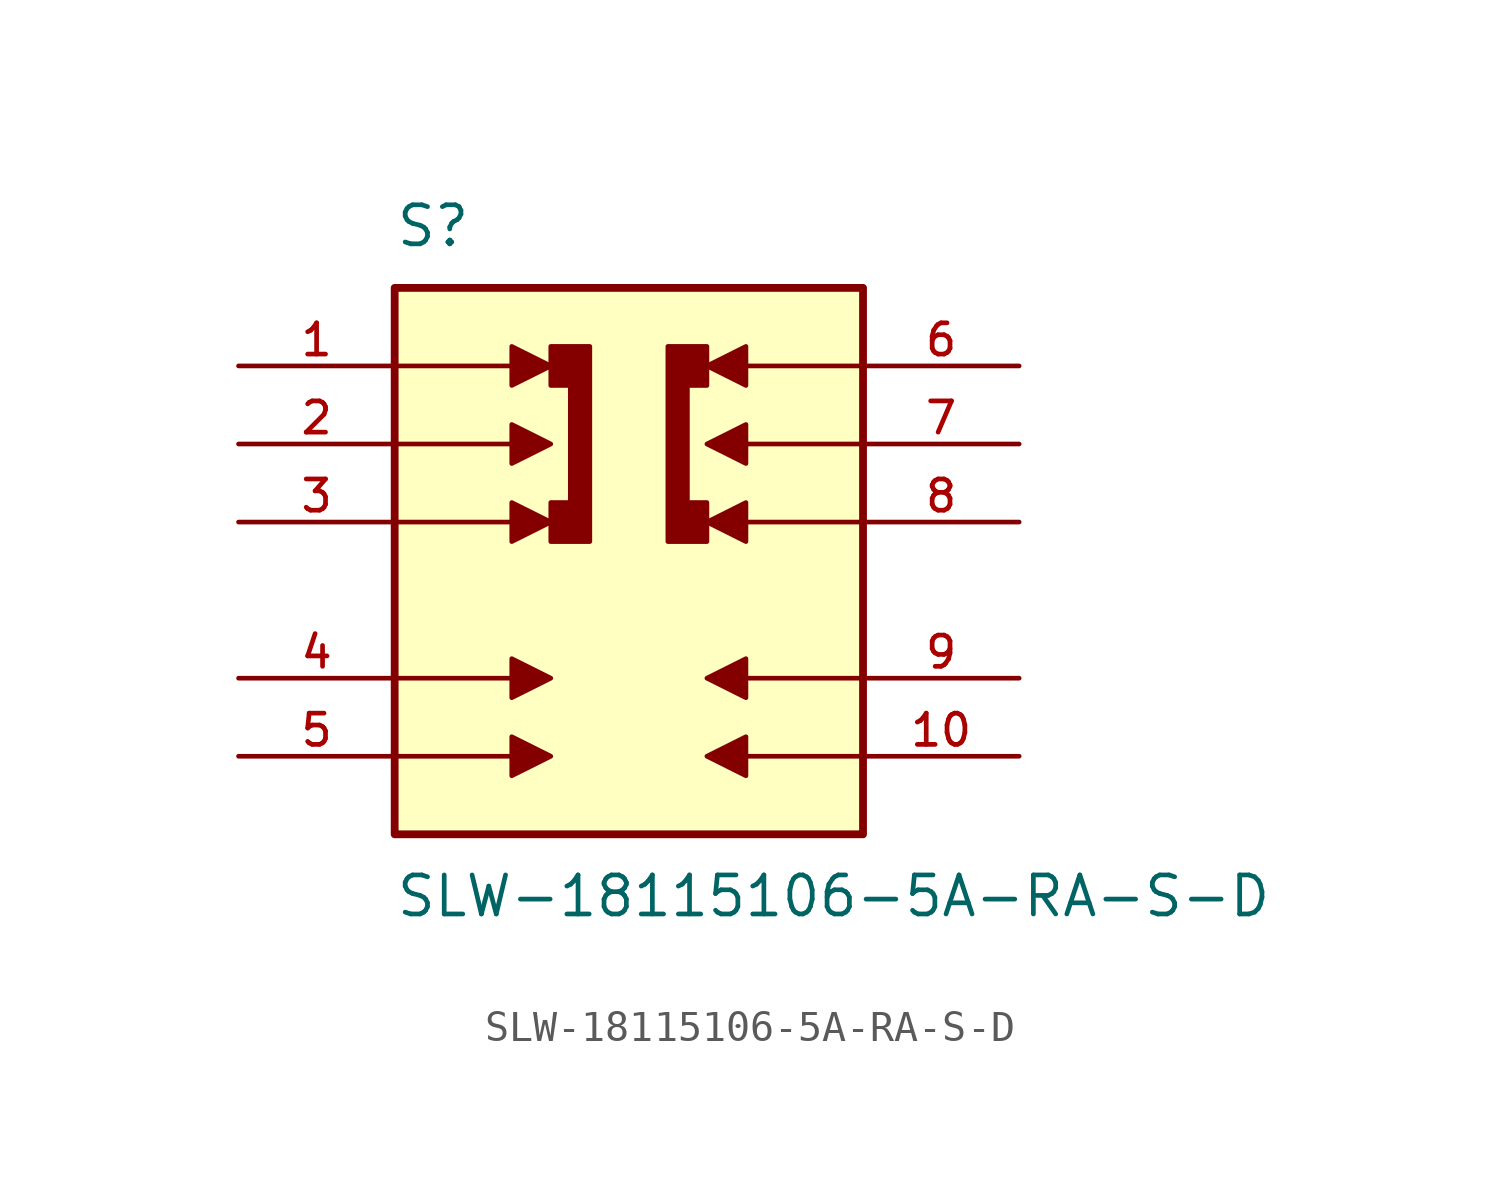
<source format=kicad_sym>
(kicad_symbol_lib
  (version 20211014)
  (generator kicad_symbol_editor)
  (symbol "SLW-18115106-5A-RA-S-D"
    (pin_names
      (offset 1.016))
    (property "Reference" "S"
      (at -7.62 8.89 0)
      (effects (font (size 1.27 1.27)) (justify bottom left)))
    (property "Value" "SLW-18115106-5A-RA-S-D"
      (at -7.62 -11.43 0)
      (effects (font (size 1.27 1.27)) (justify top left)))
    (symbol "SLW-18115106-5A-RA-S-D_0_0"
      (polyline (pts (xy -7.62 5.08) (xy -3.81 5.08)) (stroke (width 0.152)))
      (polyline (pts (xy -3.81 5.715) (xy -3.81 4.445) (xy -2.54 5.08) (xy -3.81 5.715)) (stroke (width 0.152)) (fill (type outline)))
      (polyline (pts (xy -7.62 2.54) (xy -3.81 2.54)) (stroke (width 0.152)))
      (polyline (pts (xy -3.81 3.175) (xy -3.81 1.905) (xy -2.54 2.54) (xy -3.81 3.175)) (stroke (width 0.152)) (fill (type outline)))
      (polyline (pts (xy -7.62 0.0) (xy -3.81 0.0)) (stroke (width 0.152)))
      (polyline (pts (xy -3.81 0.635) (xy -3.81 -0.635) (xy -2.54 0.0) (xy -3.81 0.635)) (stroke (width 0.152)) (fill (type outline)))
      (polyline (pts (xy -7.62 -5.08) (xy -3.81 -5.08)) (stroke (width 0.152)))
      (polyline (pts (xy -3.81 -4.445) (xy -3.81 -5.715) (xy -2.54 -5.08) (xy -3.81 -4.445)) (stroke (width 0.152)) (fill (type outline)))
      (polyline (pts (xy 7.62 5.08) (xy 3.81 5.08)) (stroke (width 0.152)))
      (polyline (pts (xy 3.81 4.445) (xy 3.81 5.715) (xy 2.54 5.08) (xy 3.81 4.445)) (stroke (width 0.152)) (fill (type outline)))
      (polyline (pts (xy 7.62 2.54) (xy 3.81 2.54)) (stroke (width 0.152)))
      (polyline (pts (xy 3.81 1.905) (xy 3.81 3.175) (xy 2.54 2.54) (xy 3.81 1.905)) (stroke (width 0.152)) (fill (type outline)))
      (polyline (pts (xy 7.62 0.0) (xy 3.81 0.0)) (stroke (width 0.152)))
      (polyline (pts (xy 3.81 -0.635) (xy 3.81 0.635) (xy 2.54 0.0) (xy 3.81 -0.635)) (stroke (width 0.152)) (fill (type outline)))
      (polyline (pts (xy 7.62 -5.08) (xy 3.81 -5.08)) (stroke (width 0.152)))
      (polyline (pts (xy 3.81 -5.715) (xy 3.81 -4.445) (xy 2.54 -5.08) (xy 3.81 -5.715)) (stroke (width 0.152)) (fill (type outline)))
      (polyline (pts (xy -2.54 4.445) (xy -2.54 5.715) (xy -1.27 5.715) (xy -1.27 -0.635) (xy -2.54 -0.635) (xy -2.54 0.635) (xy -1.905 0.635) (xy -1.905 4.445) (xy -2.54 4.445)) (stroke (width 0.152)) (fill (type outline)))
      (polyline (pts (xy 2.54 0.635) (xy 2.54 -0.635) (xy 1.27 -0.635) (xy 1.27 5.715) (xy 2.54 5.715) (xy 2.54 4.445) (xy 1.905 4.445) (xy 1.905 0.635) (xy 2.54 0.635)) (stroke (width 0.152)) (fill (type outline)))
      (polyline (pts (xy -7.62 -7.62) (xy -3.81 -7.62)) (stroke (width 0.152)))
      (polyline (pts (xy -3.81 -6.985) (xy -3.81 -8.255) (xy -2.54 -7.62) (xy -3.81 -6.985)) (stroke (width 0.152)) (fill (type outline)))
      (polyline (pts (xy 7.62 -7.62) (xy 3.81 -7.62)) (stroke (width 0.152)))
      (polyline (pts (xy 3.81 -8.255) (xy 3.81 -6.985) (xy 2.54 -7.62) (xy 3.81 -8.255)) (stroke (width 0.152)) (fill (type outline)))
      (rectangle (start -7.62 -10.16) (end 7.62 7.62) (stroke (width 0.254)) (fill (type background)))
      (pin passive line (at -12.7 5.08 0) (length 5.08) (name "~" (effects (font (size 1.016 1.016)))) (number "1" (effects (font (size 1.016 1.016)))))
      (pin passive line (at -12.7 2.54 0) (length 5.08) (name "~" (effects (font (size 1.016 1.016)))) (number "2" (effects (font (size 1.016 1.016)))))
      (pin passive line (at -12.7 0.0 0) (length 5.08) (name "~" (effects (font (size 1.016 1.016)))) (number "3" (effects (font (size 1.016 1.016)))))
      (pin passive line (at -12.7 -5.08 0) (length 5.08) (name "~" (effects (font (size 1.016 1.016)))) (number "4" (effects (font (size 1.016 1.016)))))
      (pin passive line (at -12.7 -7.62 0) (length 5.08) (name "~" (effects (font (size 1.016 1.016)))) (number "5" (effects (font (size 1.016 1.016)))))
      (pin passive line (at 12.7 5.08 180.0) (length 5.08) (name "~" (effects (font (size 1.016 1.016)))) (number "6" (effects (font (size 1.016 1.016)))))
      (pin passive line (at 12.7 2.54 180.0) (length 5.08) (name "~" (effects (font (size 1.016 1.016)))) (number "7" (effects (font (size 1.016 1.016)))))
      (pin passive line (at 12.7 0.0 180.0) (length 5.08) (name "~" (effects (font (size 1.016 1.016)))) (number "8" (effects (font (size 1.016 1.016)))))
      (pin passive line (at 12.7 -5.08 180.0) (length 5.08) (name "~" (effects (font (size 1.016 1.016)))) (number "9" (effects (font (size 1.016 1.016)))))
      (pin passive line (at 12.7 -7.62 180.0) (length 5.08) (name "~" (effects (font (size 1.016 1.016)))) (number "10" (effects (font (size 1.016 1.016))))))))
</source>
